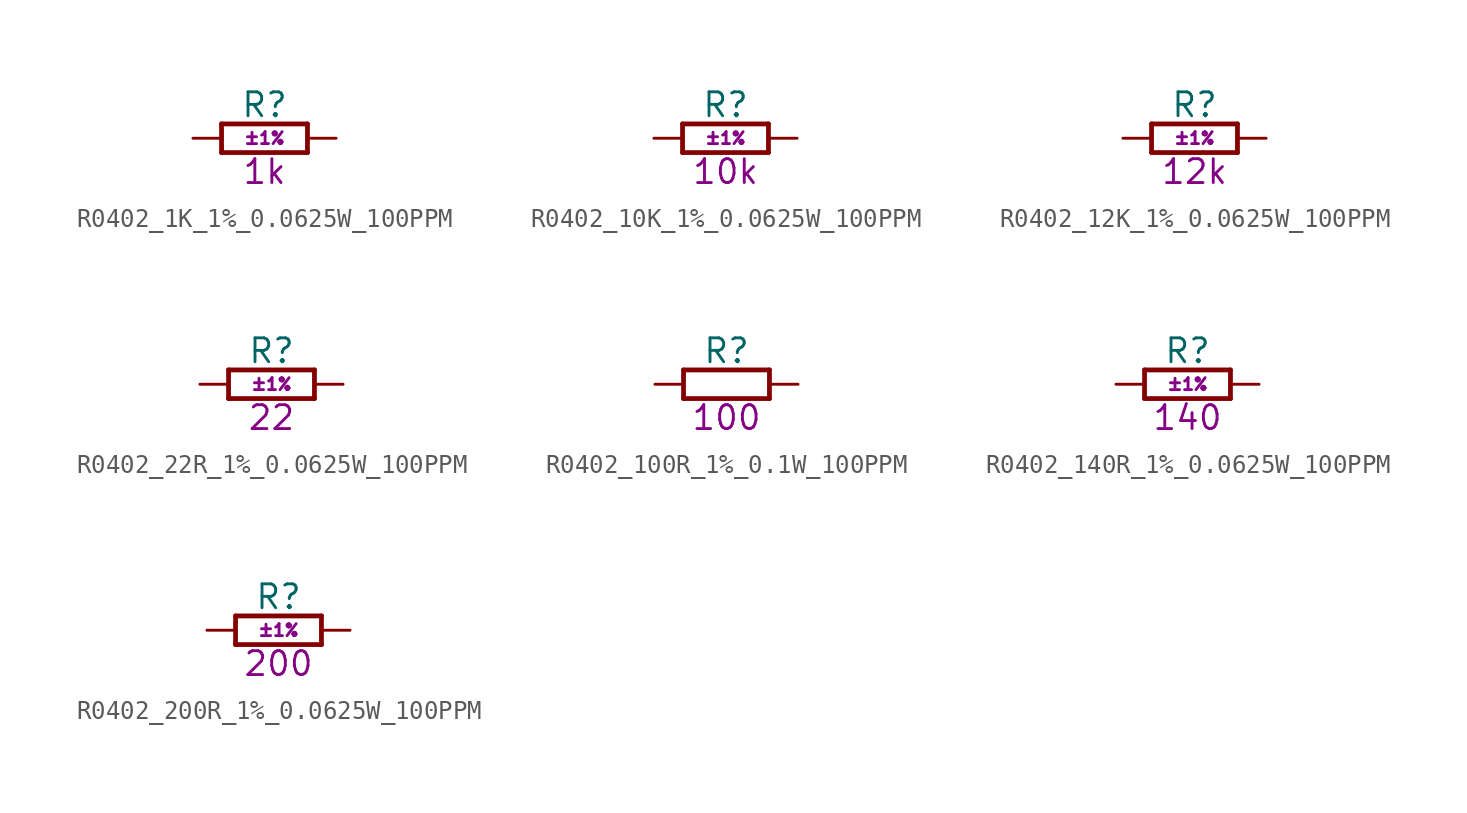
<source format=kicad_sym>
(kicad_symbol_lib
  (version 20241209)
  (generator "kicad_symbol_editor")
  (generator_version "9.0")
  (symbol "R0402_1K_1%_0.0625W_100PPM"
    (pin_names
      (offset 1.27))
    (property "Reference" "R"
      (at 3.81 1.778 0)
      (effects (font (size 1.27 1.27))))
    (property "Tolerance" "±1%"
      (at 3.81 0 0)
      (effects (font (size 0.635 0.635))))
    (property "Val" "1k"
      (at 3.81 -1.778 0)
      (effects (font (size 1.27 1.27))))
    (property "ki_locked" ""
      (at 0 0 0)
      (effects (font (size 1.27 1.27))))
    (symbol "R0402_1K_1%_0.0625W_100PPM_0_1"
      (polyline (pts (xy 1.524 0.762) (xy 1.524 -0.762)) (stroke (width 0.254) (type solid)) (fill (type none)))
      (polyline (pts (xy 1.524 -0.762) (xy 6.096 -0.762)) (stroke (width 0.254) (type solid)) (fill (type none)))
      (polyline (pts (xy 6.096 0.762) (xy 1.524 0.762)) (stroke (width 0.254) (type solid)) (fill (type none)))
      (polyline (pts (xy 6.096 -0.762) (xy 6.096 0.762)) (stroke (width 0.254) (type solid)) (fill (type none)))
      (pin passive line (at 0 0 0) (length 1.524) (name "1" (effects (font (size 0 0)))) (number "1" (effects (font (size 0 0)))))
      (pin passive line (at 7.62 0 180) (length 1.524) (name "2" (effects (font (size 0 0)))) (number "2" (effects (font (size 0 0)))))))
  (symbol "R0402_10K_1%_0.0625W_100PPM"
    (pin_names
      (offset 1.27))
    (property "Reference" "R"
      (at 3.81 1.778 0)
      (effects (font (size 1.27 1.27))))
    (property "Tolerance" "±1%"
      (at 3.81 0 0)
      (effects (font (size 0.635 0.635))))
    (property "Val" "10k"
      (at 3.81 -1.778 0)
      (effects (font (size 1.27 1.27))))
    (property "ki_locked" ""
      (at 0 0 0)
      (effects (font (size 1.27 1.27))))
    (symbol "R0402_10K_1%_0.0625W_100PPM_0_1"
      (polyline (pts (xy 1.524 0.762) (xy 1.524 -0.762)) (stroke (width 0.254) (type solid)) (fill (type none)))
      (polyline (pts (xy 1.524 -0.762) (xy 6.096 -0.762)) (stroke (width 0.254) (type solid)) (fill (type none)))
      (polyline (pts (xy 6.096 0.762) (xy 1.524 0.762)) (stroke (width 0.254) (type solid)) (fill (type none)))
      (polyline (pts (xy 6.096 -0.762) (xy 6.096 0.762)) (stroke (width 0.254) (type solid)) (fill (type none)))
      (pin passive line (at 0 0 0) (length 1.524) (name "1" (effects (font (size 0 0)))) (number "1" (effects (font (size 0 0)))))
      (pin passive line (at 7.62 0 180) (length 1.524) (name "2" (effects (font (size 0 0)))) (number "2" (effects (font (size 0 0)))))))
  (symbol "R0402_12K_1%_0.0625W_100PPM"
    (pin_names
      (offset 1.27))
    (property "Reference" "R"
      (at 3.81 1.778 0)
      (effects (font (size 1.27 1.27))))
    (property "Tolerance" "±1%"
      (at 3.81 0 0)
      (effects (font (size 0.635 0.635))))
    (property "Val" "12k"
      (at 3.81 -1.778 0)
      (effects (font (size 1.27 1.27))))
    (property "ki_locked" ""
      (at 0 0 0)
      (effects (font (size 1.27 1.27))))
    (symbol "R0402_12K_1%_0.0625W_100PPM_0_1"
      (polyline (pts (xy 1.524 0.762) (xy 1.524 -0.762)) (stroke (width 0.254) (type solid)) (fill (type none)))
      (polyline (pts (xy 1.524 -0.762) (xy 6.096 -0.762)) (stroke (width 0.254) (type solid)) (fill (type none)))
      (polyline (pts (xy 6.096 0.762) (xy 1.524 0.762)) (stroke (width 0.254) (type solid)) (fill (type none)))
      (polyline (pts (xy 6.096 -0.762) (xy 6.096 0.762)) (stroke (width 0.254) (type solid)) (fill (type none)))
      (pin passive line (at 0 0 0) (length 1.524) (name "1" (effects (font (size 0 0)))) (number "1" (effects (font (size 0 0)))))
      (pin passive line (at 7.62 0 180) (length 1.524) (name "2" (effects (font (size 0 0)))) (number "2" (effects (font (size 0 0)))))))
  (symbol "R0402_22R_1%_0.0625W_100PPM"
    (pin_names
      (offset 1.27))
    (property "Reference" "R"
      (at 3.81 1.778 0)
      (effects (font (size 1.27 1.27))))
    (property "Tolerance" "±1%"
      (at 3.81 0 0)
      (effects (font (size 0.635 0.635))))
    (property "Val" "22"
      (at 3.81 -1.778 0)
      (effects (font (size 1.27 1.27))))
    (property "ki_locked" ""
      (at 0 0 0)
      (effects (font (size 1.27 1.27))))
    (symbol "R0402_22R_1%_0.0625W_100PPM_0_1"
      (polyline (pts (xy 1.524 0.762) (xy 1.524 -0.762)) (stroke (width 0.254) (type solid)) (fill (type none)))
      (polyline (pts (xy 1.524 -0.762) (xy 6.096 -0.762)) (stroke (width 0.254) (type solid)) (fill (type none)))
      (polyline (pts (xy 6.096 0.762) (xy 1.524 0.762)) (stroke (width 0.254) (type solid)) (fill (type none)))
      (polyline (pts (xy 6.096 -0.762) (xy 6.096 0.762)) (stroke (width 0.254) (type solid)) (fill (type none)))
      (pin passive line (at 0 0 0) (length 1.524) (name "1" (effects (font (size 0 0)))) (number "1" (effects (font (size 0 0)))))
      (pin passive line (at 7.62 0 180) (length 1.524) (name "2" (effects (font (size 0 0)))) (number "2" (effects (font (size 0 0)))))))
  (symbol "R0402_100R_1%_0.1W_100PPM"
    (pin_names
      (offset 1.27))
    (property "Reference" "R"
      (at 3.81 1.778 0)
      (effects (font (size 1.27 1.27))))
    (property "Field5" ""
      (at 0 0 0)
      (effects (font (size 1.27 1.27))))
    (property "Val" "100"
      (at 3.81 -1.778 0)
      (effects (font (size 1.27 1.27))))
    (property "ki_locked" ""
      (at 0 0 0)
      (effects (font (size 1.27 1.27))))
    (symbol "R0402_100R_1%_0.1W_100PPM_0_1"
      (polyline (pts (xy 1.524 0.762) (xy 1.524 -0.762)) (stroke (width 0.254) (type default)) (fill (type none)))
      (polyline (pts (xy 1.524 -0.762) (xy 6.096 -0.762)) (stroke (width 0.254) (type default)) (fill (type none)))
      (polyline (pts (xy 6.096 0.762) (xy 1.524 0.762)) (stroke (width 0.254) (type default)) (fill (type none)))
      (polyline (pts (xy 6.096 -0.762) (xy 6.096 0.762)) (stroke (width 0.254) (type default)) (fill (type none)))
      (pin passive line (at 0 0 0) (length 1.524) (name "1" (effects (font (size 0 0)))) (number "1" (effects (font (size 0 0)))))
      (pin passive line (at 7.62 0 180) (length 1.524) (name "2" (effects (font (size 0 0)))) (number "2" (effects (font (size 0 0)))))))
  (symbol "R0402_140R_1%_0.0625W_100PPM"
    (pin_names
      (offset 1.27))
    (property "Reference" "R"
      (at 3.81 1.778 0)
      (effects (font (size 1.27 1.27))))
    (property "Tolerance" "±1%"
      (at 3.81 0 0)
      (effects (font (size 0.635 0.635))))
    (property "Val" "140"
      (at 3.81 -1.778 0)
      (effects (font (size 1.27 1.27))))
    (property "ki_locked" ""
      (at 0 0 0)
      (effects (font (size 1.27 1.27))))
    (symbol "R0402_140R_1%_0.0625W_100PPM_0_1"
      (polyline (pts (xy 1.524 0.762) (xy 1.524 -0.762)) (stroke (width 0.254) (type solid)) (fill (type none)))
      (polyline (pts (xy 1.524 -0.762) (xy 6.096 -0.762)) (stroke (width 0.254) (type solid)) (fill (type none)))
      (polyline (pts (xy 6.096 0.762) (xy 1.524 0.762)) (stroke (width 0.254) (type solid)) (fill (type none)))
      (polyline (pts (xy 6.096 -0.762) (xy 6.096 0.762)) (stroke (width 0.254) (type solid)) (fill (type none)))
      (pin passive line (at 0 0 0) (length 1.524) (name "1" (effects (font (size 0 0)))) (number "1" (effects (font (size 0 0)))))
      (pin passive line (at 7.62 0 180) (length 1.524) (name "2" (effects (font (size 0 0)))) (number "2" (effects (font (size 0 0)))))))
  (symbol "R0402_200R_1%_0.0625W_100PPM"
    (pin_names
      (offset 1.27))
    (property "Reference" "R"
      (at 3.81 1.778 0)
      (effects (font (size 1.27 1.27))))
    (property "Tolerance" "±1%"
      (at 3.81 0 0)
      (effects (font (size 0.635 0.635))))
    (property "Val" "200"
      (at 3.81 -1.778 0)
      (effects (font (size 1.27 1.27))))
    (property "ki_locked" ""
      (at 0 0 0)
      (effects (font (size 1.27 1.27))))
    (symbol "R0402_200R_1%_0.0625W_100PPM_0_1"
      (polyline (pts (xy 1.524 0.762) (xy 1.524 -0.762)) (stroke (width 0.254) (type solid)) (fill (type none)))
      (polyline (pts (xy 1.524 -0.762) (xy 6.096 -0.762)) (stroke (width 0.254) (type solid)) (fill (type none)))
      (polyline (pts (xy 6.096 0.762) (xy 1.524 0.762)) (stroke (width 0.254) (type solid)) (fill (type none)))
      (polyline (pts (xy 6.096 -0.762) (xy 6.096 0.762)) (stroke (width 0.254) (type solid)) (fill (type none)))
      (pin passive line (at 0 0 0) (length 1.524) (name "1" (effects (font (size 0 0)))) (number "1" (effects (font (size 0 0)))))
      (pin passive line (at 7.62 0 180) (length 1.524) (name "2" (effects (font (size 0 0)))) (number "2" (effects (font (size 0 0))))))))
</source>
